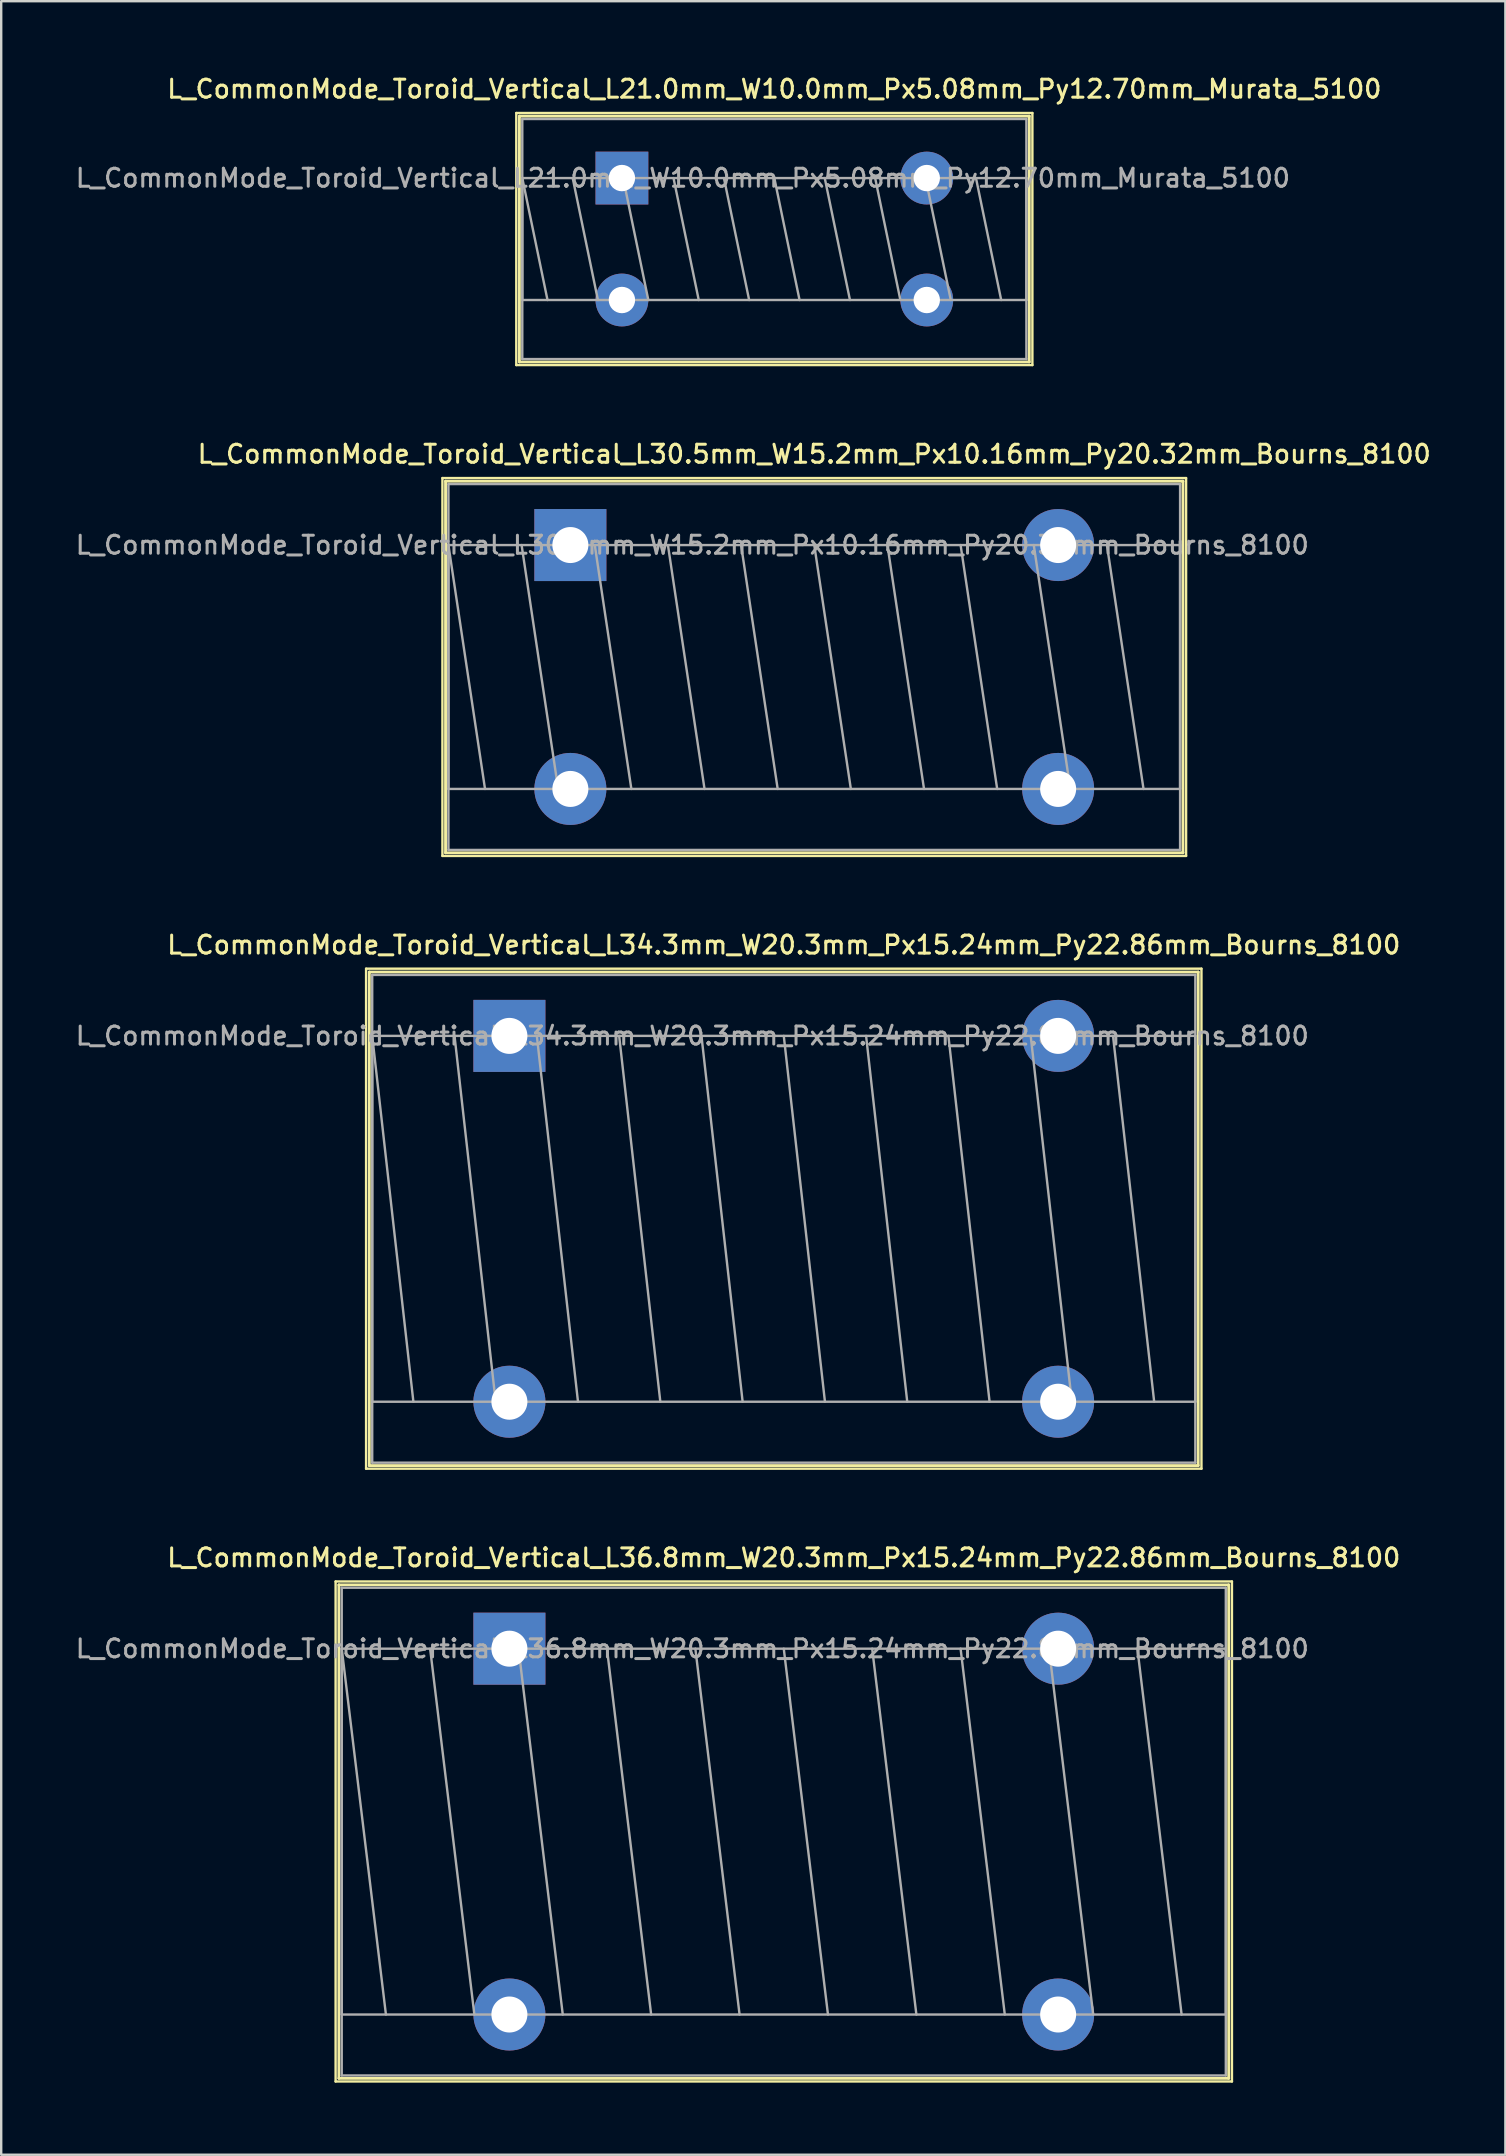
<source format=kicad_pcb>
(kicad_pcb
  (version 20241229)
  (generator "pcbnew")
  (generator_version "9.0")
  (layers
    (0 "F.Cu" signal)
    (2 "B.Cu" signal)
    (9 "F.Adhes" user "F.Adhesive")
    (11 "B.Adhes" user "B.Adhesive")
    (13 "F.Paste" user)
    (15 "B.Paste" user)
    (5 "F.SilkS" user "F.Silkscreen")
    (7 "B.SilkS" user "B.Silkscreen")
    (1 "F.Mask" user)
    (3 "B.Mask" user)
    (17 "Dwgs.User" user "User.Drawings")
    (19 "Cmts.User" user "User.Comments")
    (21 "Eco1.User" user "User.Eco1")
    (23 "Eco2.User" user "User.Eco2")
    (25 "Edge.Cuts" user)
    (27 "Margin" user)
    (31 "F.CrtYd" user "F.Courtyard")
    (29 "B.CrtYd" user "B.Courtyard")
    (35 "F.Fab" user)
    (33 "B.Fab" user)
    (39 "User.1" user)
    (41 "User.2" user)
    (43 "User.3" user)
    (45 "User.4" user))
  (footprint "L_CommonMode_Toroid_Vertical_L21.0mm_W10.0mm_Px5.08mm_Py12.70mm_Murata_5100"
    (layer "F.Cu")
    (at 22.858 4.368)
    (property "Reference" "L_CommonMode_Toroid_Vertical_L21.0mm_W10.0mm_Px5.08mm_Py12.70mm_Murata_5100" (at 6.35 -3.71 0) (layer "F.SilkS") (effects (font (size 0.75 0.75) (thickness 0.125))))
    (attr through_hole)
    (fp_line (start -4.4 -2.71) (end -4.4 7.79) (stroke (width 0.1) (type solid)) (layer "F.SilkS"))
    (fp_line (start -4.4 7.79) (end 17.1 7.79) (stroke (width 0.1) (type solid)) (layer "F.SilkS"))
    (fp_line (start -4.27 -2.58) (end -4.27 7.66) (stroke (width 0.12) (type solid)) (layer "F.SilkS"))
    (fp_line (start -4.27 -2.58) (end 16.97 -2.58) (stroke (width 0.12) (type solid)) (layer "F.SilkS"))
    (fp_line (start -4.27 7.66) (end 16.97 7.66) (stroke (width 0.12) (type solid)) (layer "F.SilkS"))
    (fp_line (start 16.97 -2.58) (end 16.97 7.66) (stroke (width 0.12) (type solid)) (layer "F.SilkS"))
    (fp_line (start 17.1 -2.71) (end -4.4 -2.71) (stroke (width 0.1) (type solid)) (layer "F.SilkS"))
    (fp_line (start 17.1 7.79) (end 17.1 -2.71) (stroke (width 0.1) (type solid)) (layer "F.SilkS"))
    (fp_line (start -4.15 -2.46) (end -4.15 7.54) (stroke (width 0.1) (type solid)) (layer "F.Fab"))
    (fp_line (start -4.15 0) (end -4.15 5.08) (stroke (width 0.1) (type solid)) (layer "F.Fab"))
    (fp_line (start -4.15 0) (end -3.1 5.08) (stroke (width 0.1) (type solid)) (layer "F.Fab"))
    (fp_line (start -4.15 5.08) (end 16.85 5.08) (stroke (width 0.1) (type solid)) (layer "F.Fab"))
    (fp_line (start -4.15 7.54) (end 16.85 7.54) (stroke (width 0.1) (type solid)) (layer "F.Fab"))
    (fp_line (start -2.05 0) (end -1 5.08) (stroke (width 0.1) (type solid)) (layer "F.Fab"))
    (fp_line (start 0.05 0) (end 1.1 5.08) (stroke (width 0.1) (type solid)) (layer "F.Fab"))
    (fp_line (start 2.15 0) (end 3.2 5.08) (stroke (width 0.1) (type solid)) (layer "F.Fab"))
    (fp_line (start 4.25 0) (end 5.3 5.08) (stroke (width 0.1) (type solid)) (layer "F.Fab"))
    (fp_line (start 6.35 0) (end 7.4 5.08) (stroke (width 0.1) (type solid)) (layer "F.Fab"))
    (fp_line (start 8.45 0) (end 9.5 5.08) (stroke (width 0.1) (type solid)) (layer "F.Fab"))
    (fp_line (start 10.55 0) (end 11.6 5.08) (stroke (width 0.1) (type solid)) (layer "F.Fab"))
    (fp_line (start 12.65 0) (end 13.7 5.08) (stroke (width 0.1) (type solid)) (layer "F.Fab"))
    (fp_line (start 14.75 0) (end 15.8 5.08) (stroke (width 0.1) (type solid)) (layer "F.Fab"))
    (fp_line (start 16.85 -2.46) (end -4.15 -2.46) (stroke (width 0.1) (type solid)) (layer "F.Fab"))
    (fp_line (start 16.85 0) (end -4.15 0) (stroke (width 0.1) (type solid)) (layer "F.Fab"))
    (fp_line (start 16.85 5.08) (end 16.85 0) (stroke (width 0.1) (type solid)) (layer "F.Fab"))
    (fp_line (start 16.85 7.54) (end 16.85 -2.46) (stroke (width 0.1) (type solid)) (layer "F.Fab"))
    (fp_text user "${REFERENCE}" (at 2.54 0 0) (layer "F.Fab") (effects (font (size 0.75 0.75) (thickness 0.125))))
    (pad "1" thru_hole rect (at 0 0) (size 2.2 2.2) (drill 1.1) (layers "*.Cu" "*.Mask"))
    (pad "2" thru_hole circle (at 0 5.08) (size 2.2 2.2) (drill 1.1) (layers "*.Cu" "*.Mask"))
    (pad "3" thru_hole circle (at 12.7 5.08) (size 2.2 2.2) (drill 1.1) (layers "*.Cu" "*.Mask"))
    (pad "4" thru_hole circle (at 12.7 0) (size 2.2 2.2) (drill 1.1) (layers "*.Cu" "*.Mask")))
  (footprint "L_CommonMode_Toroid_Vertical_L30.5mm_W15.2mm_Px10.16mm_Py20.32mm_Bourns_8100"
    (layer "F.Cu")
    (at 20.711 19.656)
    (property "Reference" "L_CommonMode_Toroid_Vertical_L30.5mm_W15.2mm_Px10.16mm_Py20.32mm_Bourns_8100" (at 10.16 -3.79 0) (layer "F.SilkS") (effects (font (size 0.75 0.75) (thickness 0.125))))
    (attr through_hole)
    (fp_line (start -5.33 -2.79) (end -5.33 12.95) (stroke (width 0.1) (type solid)) (layer "F.SilkS"))
    (fp_line (start -5.33 12.95) (end 25.65 12.95) (stroke (width 0.1) (type solid)) (layer "F.SilkS"))
    (fp_line (start -5.2 -2.66) (end -5.2 12.82) (stroke (width 0.12) (type solid)) (layer "F.SilkS"))
    (fp_line (start -5.2 -2.66) (end 25.52 -2.66) (stroke (width 0.12) (type solid)) (layer "F.SilkS"))
    (fp_line (start -5.2 12.82) (end 25.52 12.82) (stroke (width 0.12) (type solid)) (layer "F.SilkS"))
    (fp_line (start 25.52 -2.66) (end 25.52 12.82) (stroke (width 0.12) (type solid)) (layer "F.SilkS"))
    (fp_line (start 25.65 -2.79) (end -5.33 -2.79) (stroke (width 0.1) (type solid)) (layer "F.SilkS"))
    (fp_line (start 25.65 12.95) (end 25.65 -2.79) (stroke (width 0.1) (type solid)) (layer "F.SilkS"))
    (fp_line (start -5.08 -2.54) (end -5.08 12.7) (stroke (width 0.1) (type solid)) (layer "F.Fab"))
    (fp_line (start -5.08 0) (end -5.08 10.16) (stroke (width 0.1) (type solid)) (layer "F.Fab"))
    (fp_line (start -5.08 0) (end -3.556 10.16) (stroke (width 0.1) (type solid)) (layer "F.Fab"))
    (fp_line (start -5.08 10.16) (end 25.4 10.16) (stroke (width 0.1) (type solid)) (layer "F.Fab"))
    (fp_line (start -5.08 12.7) (end 25.4 12.7) (stroke (width 0.1) (type solid)) (layer "F.Fab"))
    (fp_line (start -2.032 0) (end -0.508 10.16) (stroke (width 0.1) (type solid)) (layer "F.Fab"))
    (fp_line (start 1.016 0) (end 2.54 10.16) (stroke (width 0.1) (type solid)) (layer "F.Fab"))
    (fp_line (start 4.064 0) (end 5.588 10.16) (stroke (width 0.1) (type solid)) (layer "F.Fab"))
    (fp_line (start 7.112 0) (end 8.636 10.16) (stroke (width 0.1) (type solid)) (layer "F.Fab"))
    (fp_line (start 10.16 0) (end 11.684 10.16) (stroke (width 0.1) (type solid)) (layer "F.Fab"))
    (fp_line (start 13.208 0) (end 14.732 10.16) (stroke (width 0.1) (type solid)) (layer "F.Fab"))
    (fp_line (start 16.256 0) (end 17.78 10.16) (stroke (width 0.1) (type solid)) (layer "F.Fab"))
    (fp_line (start 19.304 0) (end 20.828 10.16) (stroke (width 0.1) (type solid)) (layer "F.Fab"))
    (fp_line (start 22.352 0) (end 23.876 10.16) (stroke (width 0.1) (type solid)) (layer "F.Fab"))
    (fp_line (start 25.4 -2.54) (end -5.08 -2.54) (stroke (width 0.1) (type solid)) (layer "F.Fab"))
    (fp_line (start 25.4 0) (end -5.08 0) (stroke (width 0.1) (type solid)) (layer "F.Fab"))
    (fp_line (start 25.4 10.16) (end 25.4 0) (stroke (width 0.1) (type solid)) (layer "F.Fab"))
    (fp_line (start 25.4 12.7) (end 25.4 -2.54) (stroke (width 0.1) (type solid)) (layer "F.Fab"))
    (fp_text user "${REFERENCE}" (at 5.08 0 0) (layer "F.Fab") (effects (font (size 0.75 0.75) (thickness 0.125))))
    (pad "1" thru_hole rect (at 0 0) (size 3 3) (drill 1.5) (layers "*.Cu" "*.Mask"))
    (pad "2" thru_hole circle (at 0 10.16) (size 3 3) (drill 1.5) (layers "*.Cu" "*.Mask"))
    (pad "3" thru_hole circle (at 20.32 10.16) (size 3 3) (drill 1.5) (layers "*.Cu" "*.Mask"))
    (pad "4" thru_hole circle (at 20.32 0) (size 3 3) (drill 1.5) (layers "*.Cu" "*.Mask")))
  (footprint "L_CommonMode_Toroid_Vertical_L36.8mm_W20.3mm_Px15.24mm_Py22.86mm_Bourns_8100"
    (layer "F.Cu")
    (at 18.171 65.632)
    (property "Reference" "L_CommonMode_Toroid_Vertical_L36.8mm_W20.3mm_Px15.24mm_Py22.86mm_Bourns_8100" (at 11.43 -3.79 0) (layer "F.SilkS") (effects (font (size 0.75 0.75) (thickness 0.125))))
    (attr through_hole)
    (fp_line (start -7.24 -2.8) (end -7.24 18.03) (stroke (width 0.1) (type solid)) (layer "F.SilkS"))
    (fp_line (start -7.24 18.03) (end 30.1 18.03) (stroke (width 0.1) (type solid)) (layer "F.SilkS"))
    (fp_line (start -7.105 -2.66) (end -7.105 17.9) (stroke (width 0.12) (type solid)) (layer "F.SilkS"))
    (fp_line (start -7.105 -2.66) (end 29.965 -2.66) (stroke (width 0.12) (type solid)) (layer "F.SilkS"))
    (fp_line (start -7.105 17.9) (end 29.965 17.9) (stroke (width 0.12) (type solid)) (layer "F.SilkS"))
    (fp_line (start 29.965 -2.66) (end 29.965 17.9) (stroke (width 0.12) (type solid)) (layer "F.SilkS"))
    (fp_line (start 30.1 -2.8) (end -7.24 -2.8) (stroke (width 0.1) (type solid)) (layer "F.SilkS"))
    (fp_line (start 30.1 18.03) (end 30.1 -2.8) (stroke (width 0.1) (type solid)) (layer "F.SilkS"))
    (fp_line (start -6.985 -2.54) (end -6.985 17.78) (stroke (width 0.1) (type solid)) (layer "F.Fab"))
    (fp_line (start -6.985 0) (end -6.985 15.24) (stroke (width 0.1) (type solid)) (layer "F.Fab"))
    (fp_line (start -6.985 0) (end -5.144 15.24) (stroke (width 0.1) (type solid)) (layer "F.Fab"))
    (fp_line (start -6.985 15.24) (end 29.845 15.24) (stroke (width 0.1) (type solid)) (layer "F.Fab"))
    (fp_line (start -6.985 17.78) (end 29.845 17.78) (stroke (width 0.1) (type solid)) (layer "F.Fab"))
    (fp_line (start -3.302 0) (end -1.46 15.24) (stroke (width 0.1) (type solid)) (layer "F.Fab"))
    (fp_line (start 0.381 0) (end 2.223 15.24) (stroke (width 0.1) (type solid)) (layer "F.Fab"))
    (fp_line (start 4.064 0) (end 5.905 15.24) (stroke (width 0.1) (type solid)) (layer "F.Fab"))
    (fp_line (start 7.747 0) (end 9.588 15.24) (stroke (width 0.1) (type solid)) (layer "F.Fab"))
    (fp_line (start 11.43 0) (end 13.271 15.24) (stroke (width 0.1) (type solid)) (layer "F.Fab"))
    (fp_line (start 15.113 0) (end 16.954 15.24) (stroke (width 0.1) (type solid)) (layer "F.Fab"))
    (fp_line (start 18.796 0) (end 20.637 15.24) (stroke (width 0.1) (type solid)) (layer "F.Fab"))
    (fp_line (start 22.479 0) (end 24.32 15.24) (stroke (width 0.1) (type solid)) (layer "F.Fab"))
    (fp_line (start 26.162 0) (end 28.003 15.24) (stroke (width 0.1) (type solid)) (layer "F.Fab"))
    (fp_line (start 29.845 -2.54) (end -6.985 -2.54) (stroke (width 0.1) (type solid)) (layer "F.Fab"))
    (fp_line (start 29.845 0) (end -6.985 0) (stroke (width 0.1) (type solid)) (layer "F.Fab"))
    (fp_line (start 29.845 15.24) (end 29.845 0) (stroke (width 0.1) (type solid)) (layer "F.Fab"))
    (fp_line (start 29.845 17.78) (end 29.845 -2.54) (stroke (width 0.1) (type solid)) (layer "F.Fab"))
    (fp_text user "${REFERENCE}" (at 7.62 0 0) (layer "F.Fab") (effects (font (size 0.75 0.75) (thickness 0.125))))
    (pad "1" thru_hole rect (at 0 0) (size 3 3) (drill 1.5) (layers "*.Cu" "*.Mask"))
    (pad "2" thru_hole circle (at 0 15.24) (size 3 3) (drill 1.5) (layers "*.Cu" "*.Mask"))
    (pad "3" thru_hole circle (at 22.86 15.24) (size 3 3) (drill 1.5) (layers "*.Cu" "*.Mask"))
    (pad "4" thru_hole circle (at 22.86 0) (size 3 3) (drill 1.5) (layers "*.Cu" "*.Mask")))
  (footprint "L_CommonMode_Toroid_Vertical_L34.3mm_W20.3mm_Px15.24mm_Py22.86mm_Bourns_8100"
    (layer "F.Cu")
    (at 18.171 40.104)
    (property "Reference" "L_CommonMode_Toroid_Vertical_L34.3mm_W20.3mm_Px15.24mm_Py22.86mm_Bourns_8100" (at 11.43 -3.79 0) (layer "F.SilkS") (effects (font (size 0.75 0.75) (thickness 0.125))))
    (attr through_hole)
    (fp_line (start -5.97 -2.8) (end -5.97 18.03) (stroke (width 0.1) (type solid)) (layer "F.SilkS"))
    (fp_line (start -5.97 18.03) (end 28.83 18.03) (stroke (width 0.1) (type solid)) (layer "F.SilkS"))
    (fp_line (start -5.835 -2.66) (end -5.835 17.9) (stroke (width 0.12) (type solid)) (layer "F.SilkS"))
    (fp_line (start -5.835 -2.66) (end 28.695 -2.66) (stroke (width 0.12) (type solid)) (layer "F.SilkS"))
    (fp_line (start -5.835 17.9) (end 28.695 17.9) (stroke (width 0.12) (type solid)) (layer "F.SilkS"))
    (fp_line (start 28.695 -2.66) (end 28.695 17.9) (stroke (width 0.12) (type solid)) (layer "F.SilkS"))
    (fp_line (start 28.83 -2.8) (end -5.97 -2.8) (stroke (width 0.1) (type solid)) (layer "F.SilkS"))
    (fp_line (start 28.83 18.03) (end 28.83 -2.8) (stroke (width 0.1) (type solid)) (layer "F.SilkS"))
    (fp_line (start -5.715 -2.54) (end -5.715 17.78) (stroke (width 0.1) (type solid)) (layer "F.Fab"))
    (fp_line (start -5.715 0) (end -5.715 15.24) (stroke (width 0.1) (type solid)) (layer "F.Fab"))
    (fp_line (start -5.715 0) (end -4 15.24) (stroke (width 0.1) (type solid)) (layer "F.Fab"))
    (fp_line (start -5.715 15.24) (end 28.575 15.24) (stroke (width 0.1) (type solid)) (layer "F.Fab"))
    (fp_line (start -5.715 17.78) (end 28.575 17.78) (stroke (width 0.1) (type solid)) (layer "F.Fab"))
    (fp_line (start -2.286 0) (end -0.572 15.24) (stroke (width 0.1) (type solid)) (layer "F.Fab"))
    (fp_line (start 1.143 0) (end 2.857 15.24) (stroke (width 0.1) (type solid)) (layer "F.Fab"))
    (fp_line (start 4.572 0) (end 6.287 15.24) (stroke (width 0.1) (type solid)) (layer "F.Fab"))
    (fp_line (start 8.001 0) (end 9.716 15.24) (stroke (width 0.1) (type solid)) (layer "F.Fab"))
    (fp_line (start 11.43 0) (end 13.145 15.24) (stroke (width 0.1) (type solid)) (layer "F.Fab"))
    (fp_line (start 14.859 0) (end 16.573 15.24) (stroke (width 0.1) (type solid)) (layer "F.Fab"))
    (fp_line (start 18.288 0) (end 20.003 15.24) (stroke (width 0.1) (type solid)) (layer "F.Fab"))
    (fp_line (start 21.717 0) (end 23.431 15.24) (stroke (width 0.1) (type solid)) (layer "F.Fab"))
    (fp_line (start 25.146 0) (end 26.86 15.24) (stroke (width 0.1) (type solid)) (layer "F.Fab"))
    (fp_line (start 28.575 -2.54) (end -5.715 -2.54) (stroke (width 0.1) (type solid)) (layer "F.Fab"))
    (fp_line (start 28.575 0) (end -5.715 0) (stroke (width 0.1) (type solid)) (layer "F.Fab"))
    (fp_line (start 28.575 15.24) (end 28.575 0) (stroke (width 0.1) (type solid)) (layer "F.Fab"))
    (fp_line (start 28.575 17.78) (end 28.575 -2.54) (stroke (width 0.1) (type solid)) (layer "F.Fab"))
    (fp_text user "${REFERENCE}" (at 7.62 0 0) (layer "F.Fab") (effects (font (size 0.75 0.75) (thickness 0.125))))
    (pad "1" thru_hole rect (at 0 0) (size 3 3) (drill 1.5) (layers "*.Cu" "*.Mask"))
    (pad "2" thru_hole circle (at 0 15.24) (size 3 3) (drill 1.5) (layers "*.Cu" "*.Mask"))
    (pad "3" thru_hole circle (at 22.86 15.24) (size 3 3) (drill 1.5) (layers "*.Cu" "*.Mask"))
    (pad "4" thru_hole circle (at 22.86 0) (size 3 3) (drill 1.5) (layers "*.Cu" "*.Mask")))
  (gr_rect
    (start -3 -3)
    (end 59.662 86.713)
    (stroke (width 0.1) (type default))
    (fill no)
    (layer "Edge.Cuts")))
</source>
